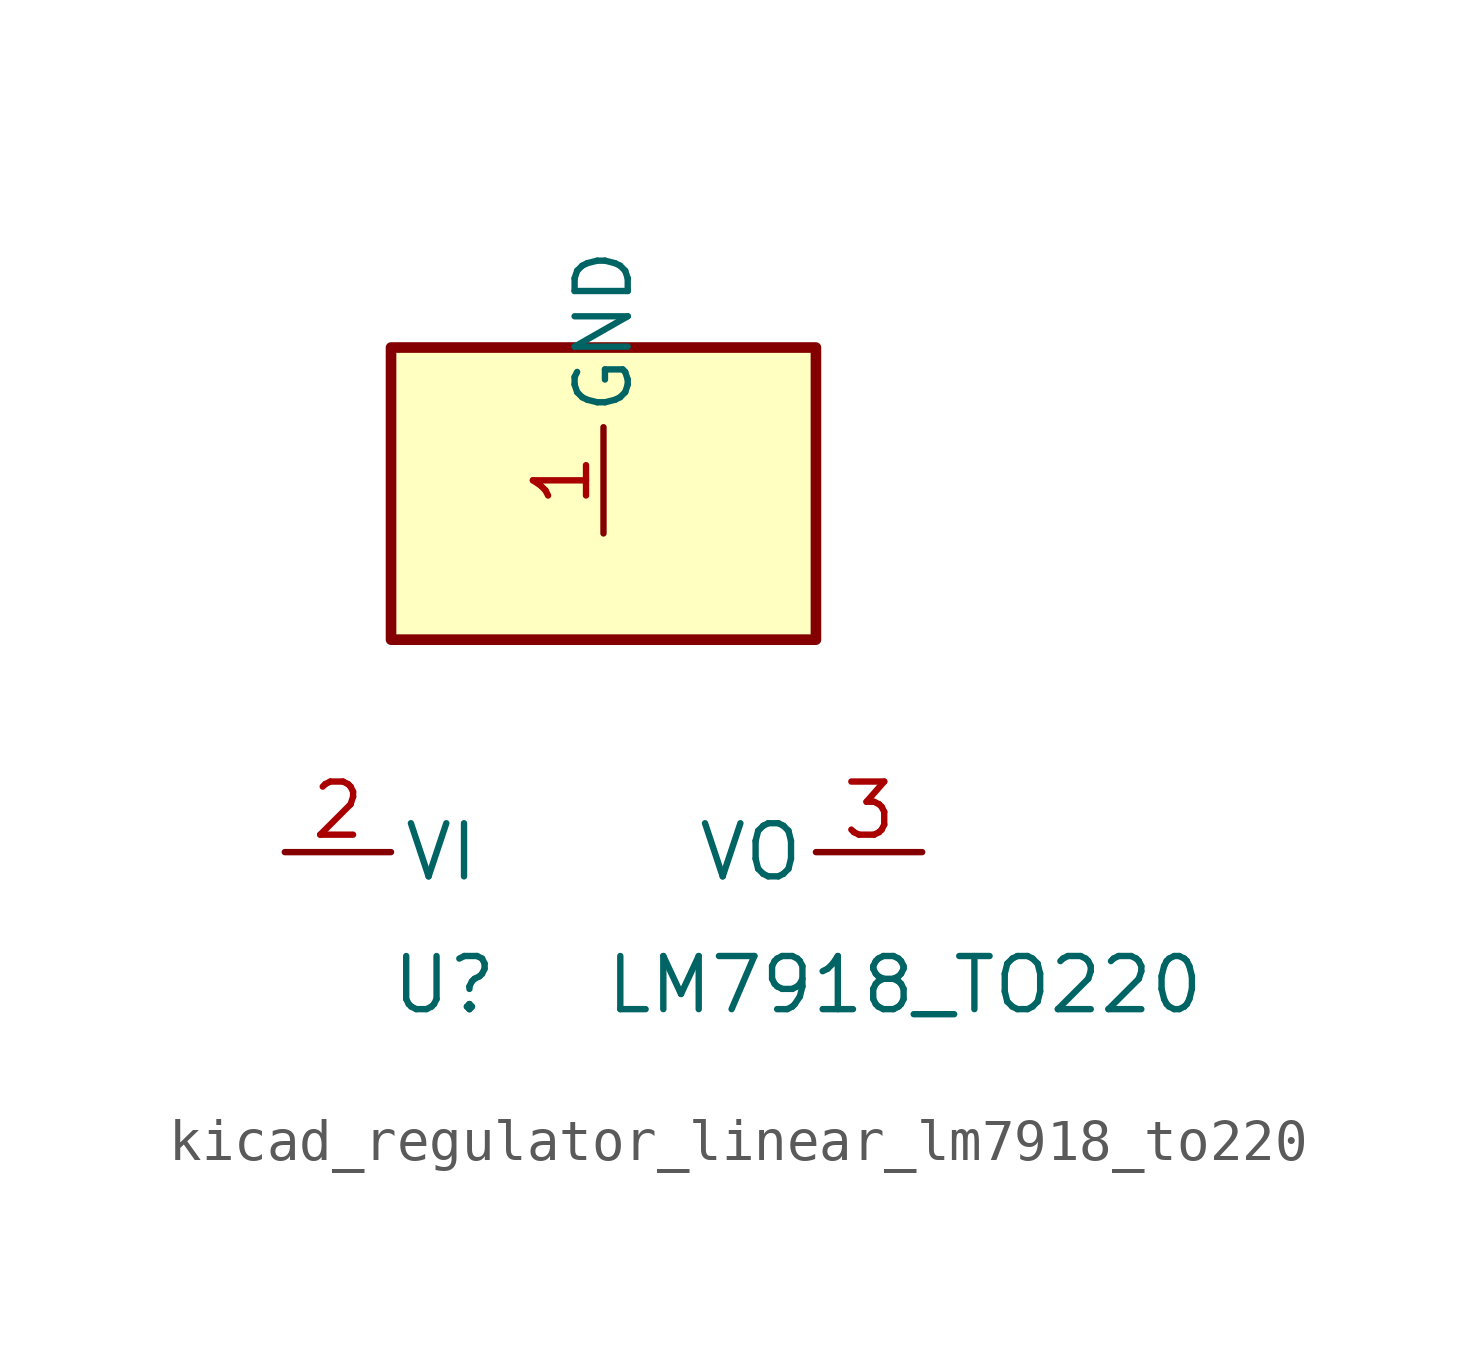
<source format=kicad_sym>
(kicad_symbol_lib
  (version 20220914)
  (generator kicad_symbol_editor)
  (symbol "kicad_regulator_linear_lm7918_to220"
    (pin_names
      (offset 0.254))
    (property "Reference" "U"
      (at -3.81 -3.175 0)
      (effects (font (size 1.27 1.27))))
    (property "Value" "LM7918_TO220"
      (at 0 -3.175 0)
      (effects (font (size 1.27 1.27)) (justify left)))
    (symbol "kicad_regulator_linear_lm7918_to220_0_1"
      (rectangle (start 5.08 12.065) (end -5.08 5.08) (stroke (width 0.254) (type default)) (fill (type background))))
    (symbol "kicad_regulator_linear_lm7918_to220_1_1"
      (pin power_in line (at 0 7.62 90) (length 2.54) (name "GND" (effects (font (size 1.27 1.27)))) (number "1" (effects (font (size 1.27 1.27)))))
      (pin power_in line (at -7.62 0 0) (length 2.54) (name "VI" (effects (font (size 1.27 1.27)))) (number "2" (effects (font (size 1.27 1.27)))))
      (pin power_out line (at 7.62 0 180) (length 2.54) (name "VO" (effects (font (size 1.27 1.27)))) (number "3" (effects (font (size 1.27 1.27))))))))
</source>
